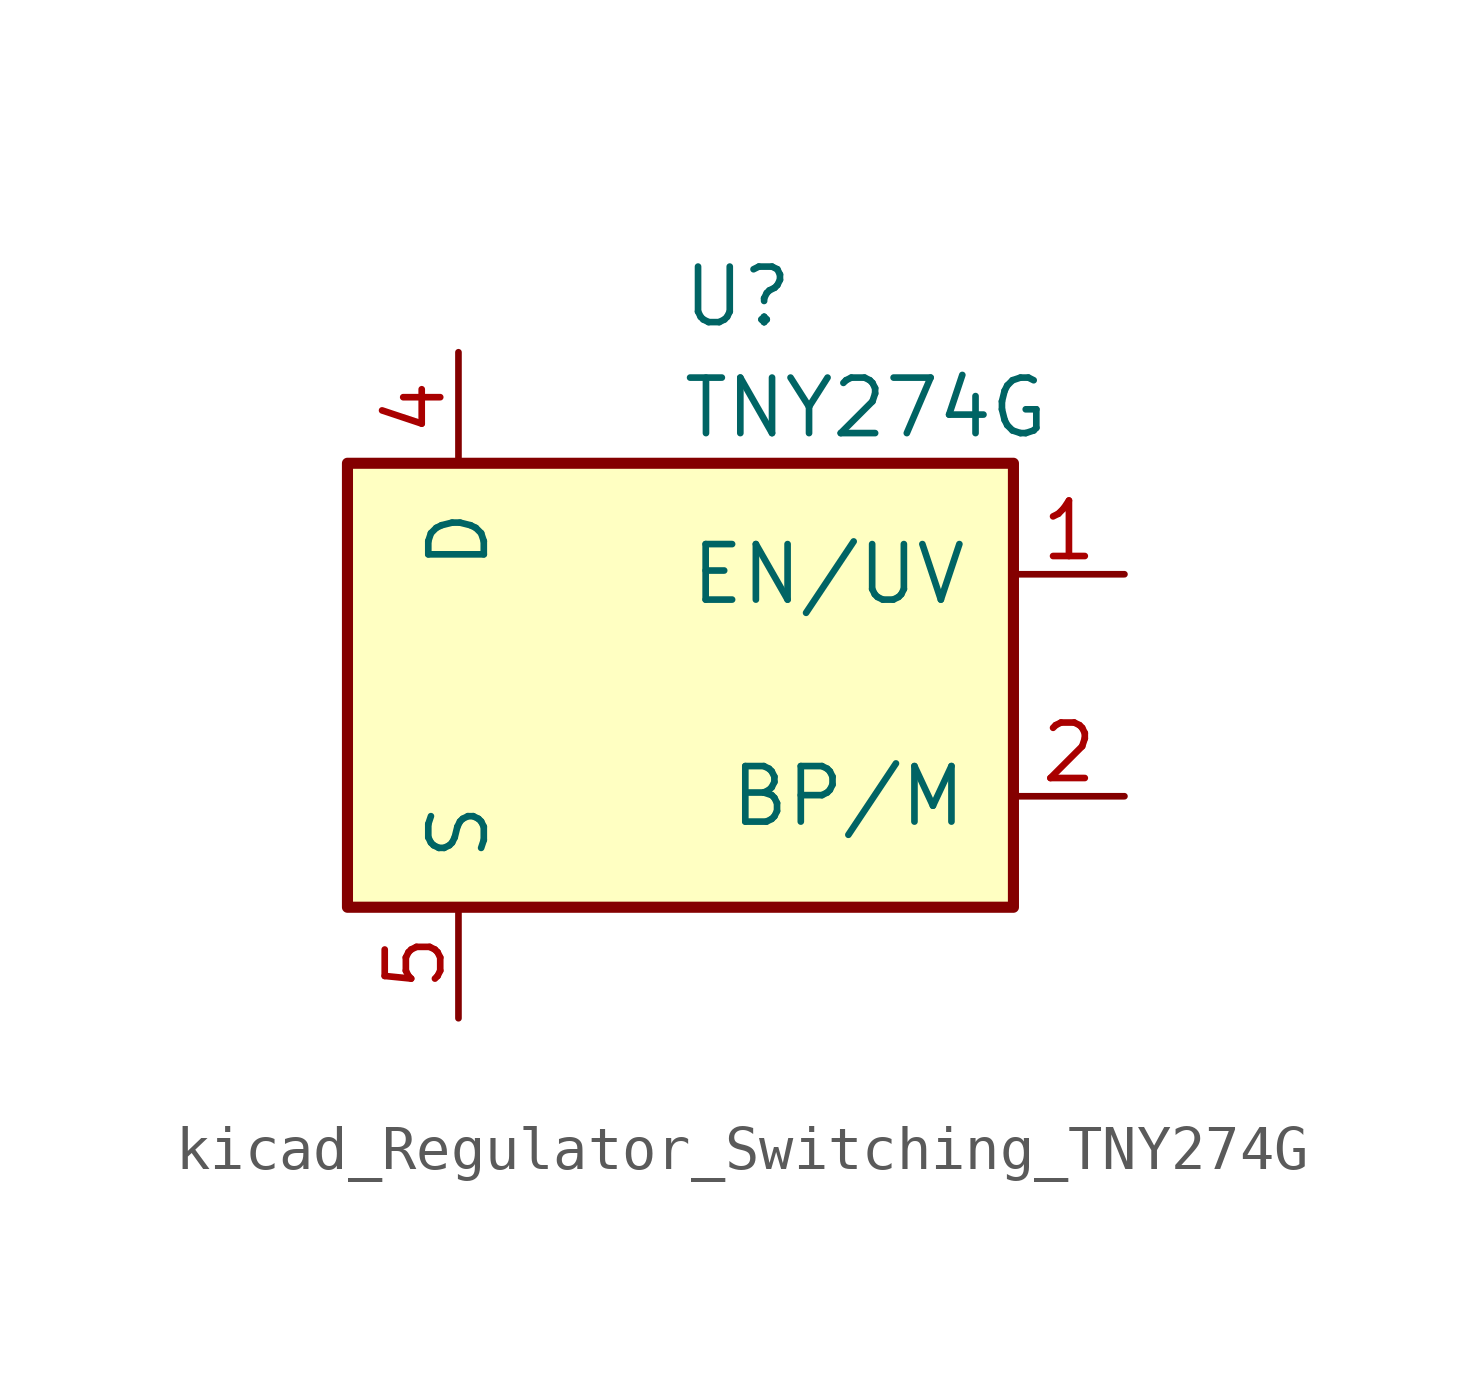
<source format=kicad_sym>
(kicad_symbol_lib
  (version 20220914)
  (generator kicad_symbol_editor)
  (symbol "kicad_Regulator_Switching_TNY274G"
    (pin_names
      (offset 1.016))
    (property "Reference" "U"
      (at 0 8.89 0)
      (effects (font (size 1.27 1.27)) (justify left)))
    (property "Value" "TNY274G"
      (at 0 6.35 0)
      (effects (font (size 1.27 1.27)) (justify left)))
    (symbol "kicad_Regulator_Switching_TNY274G_0_1"
      (rectangle (start -7.62 5.08) (end 7.62 -5.08) (stroke (width 0.254) (type default)) (fill (type background))))
    (symbol "kicad_Regulator_Switching_TNY274G_1_1"
      (pin input line (at 10.16 2.54 180) (length 2.54) (name "EN/UV" (effects (font (size 1.27 1.27)))) (number "1" (effects (font (size 1.27 1.27)))))
      (pin input line (at 10.16 -2.54 180) (length 2.54) (name "BP/M" (effects (font (size 1.27 1.27)))) (number "2" (effects (font (size 1.27 1.27)))))
      (pin open_collector line (at -5.08 7.62 270) (length 2.54) (name "D" (effects (font (size 1.27 1.27)))) (number "4" (effects (font (size 1.27 1.27)))))
      (pin power_in line (at -5.08 -7.62 90) (length 2.54) (name "S" (effects (font (size 1.27 1.27)))) (number "5" (effects (font (size 1.27 1.27)))))
      (pin passive line (at -5.08 -7.62 90) (length 2.54) hide (name "S" (effects (font (size 1.27 1.27)))) (number "6" (effects (font (size 1.27 1.27)))))
      (pin passive line (at -5.08 -7.62 90) (length 2.54) hide (name "S" (effects (font (size 1.27 1.27)))) (number "7" (effects (font (size 1.27 1.27)))))
      (pin passive line (at -5.08 -7.62 90) (length 2.54) hide (name "S" (effects (font (size 1.27 1.27)))) (number "8" (effects (font (size 1.27 1.27))))))))
</source>
